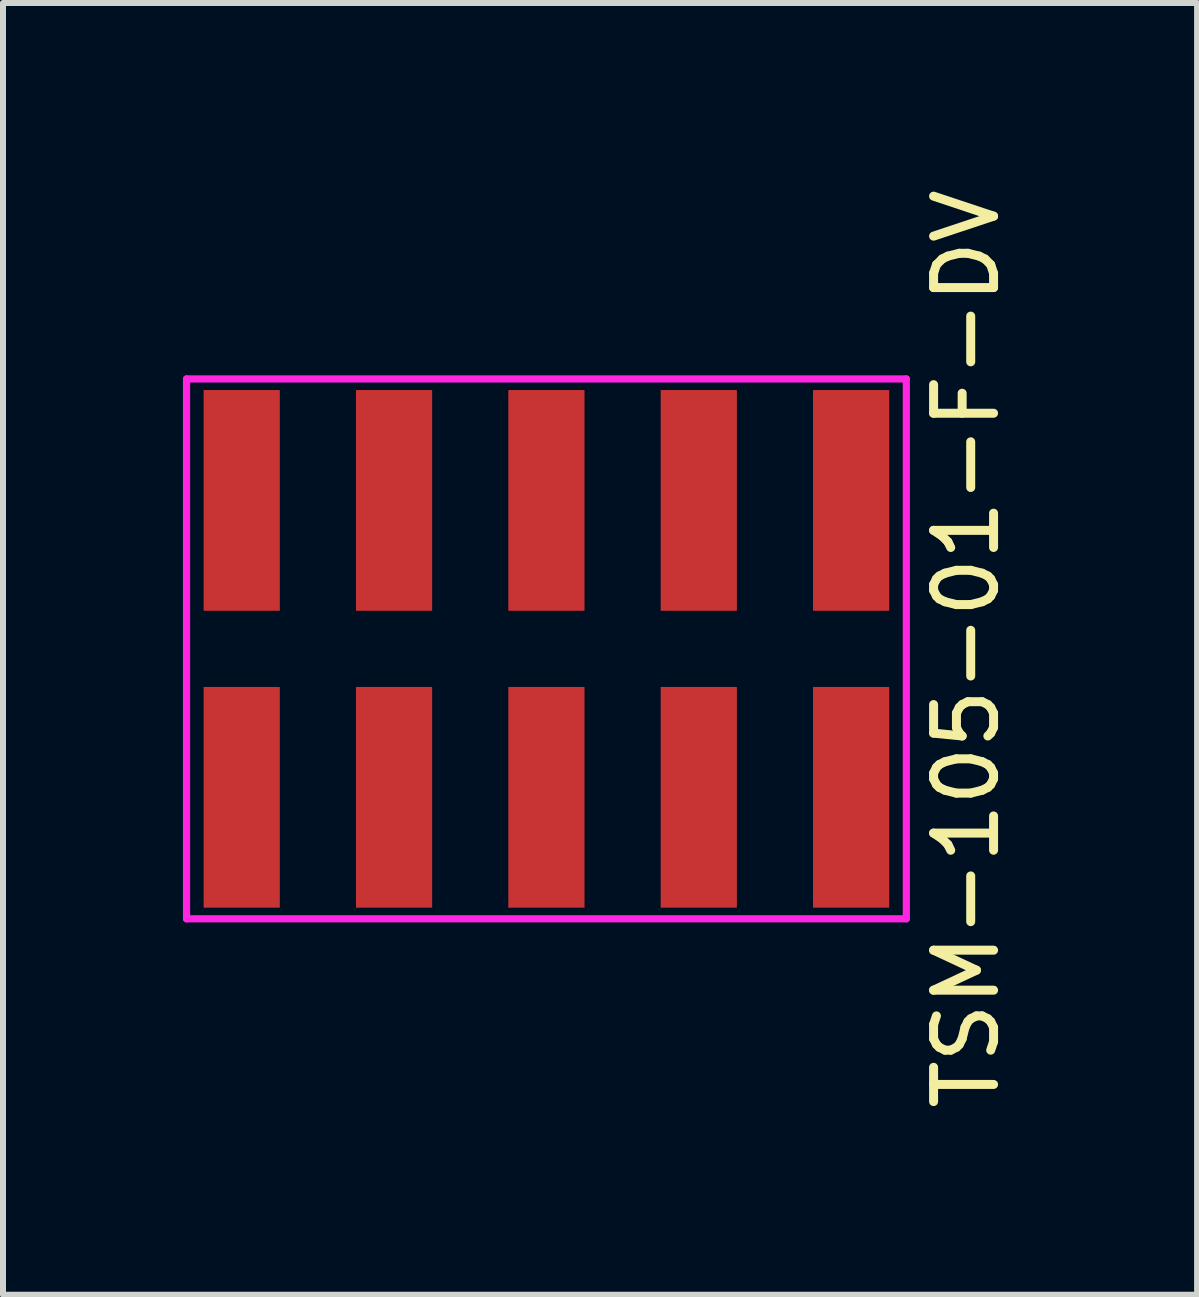
<source format=kicad_pcb>
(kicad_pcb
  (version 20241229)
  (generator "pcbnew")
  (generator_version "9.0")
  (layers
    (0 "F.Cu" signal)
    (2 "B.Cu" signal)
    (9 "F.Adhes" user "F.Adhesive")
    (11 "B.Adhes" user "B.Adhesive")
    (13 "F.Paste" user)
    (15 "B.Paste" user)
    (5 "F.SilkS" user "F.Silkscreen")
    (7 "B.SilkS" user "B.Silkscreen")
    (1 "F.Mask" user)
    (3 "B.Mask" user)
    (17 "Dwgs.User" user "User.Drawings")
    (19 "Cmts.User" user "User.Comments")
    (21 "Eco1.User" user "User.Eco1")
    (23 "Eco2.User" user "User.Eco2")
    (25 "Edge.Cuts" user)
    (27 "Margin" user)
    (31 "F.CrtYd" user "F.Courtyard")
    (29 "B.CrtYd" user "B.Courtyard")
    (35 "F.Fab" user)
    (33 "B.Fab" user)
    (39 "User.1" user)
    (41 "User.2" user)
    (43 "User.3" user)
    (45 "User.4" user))
  (footprint "TSM-105-01-F-DV"
    (layer "F.Cu")
    (at 6.06 7.768)
    (property "Reference" "TSM-105-01-F-DV" (at 7 0 90) (layer "F.SilkS") (effects (font (size 1 1) (thickness 0.15))))
    (attr through_hole)
    (fp_line (start -6 -4.5) (end -6 4.5) (stroke (width 0.12) (type solid)) (layer "F.CrtYd"))
    (fp_line (start -6 4.5) (end 6 4.5) (stroke (width 0.12) (type solid)) (layer "F.CrtYd"))
    (fp_line (start 6 -4.5) (end -6 -4.5) (stroke (width 0.12) (type solid)) (layer "F.CrtYd"))
    (fp_line (start 6 4.5) (end 6 -4.5) (stroke (width 0.12) (type solid)) (layer "F.CrtYd"))
    (pad "1" smd rect (at -5.08 2.475) (size 1.27 3.68) (layers "F.Cu" "F.Mask" "F.Paste"))
    (pad "2" smd rect (at -5.08 -2.475) (size 1.27 3.68) (layers "F.Cu" "F.Mask" "F.Paste"))
    (pad "3" smd rect (at -2.54 2.475) (size 1.27 3.68) (layers "F.Cu" "F.Mask" "F.Paste"))
    (pad "4" smd rect (at -2.54 -2.475) (size 1.27 3.68) (layers "F.Cu" "F.Mask" "F.Paste"))
    (pad "5" smd rect (at 0 2.475) (size 1.27 3.68) (layers "F.Cu" "F.Mask" "F.Paste"))
    (pad "6" smd rect (at 0 -2.475) (size 1.27 3.68) (layers "F.Cu" "F.Mask" "F.Paste"))
    (pad "7" smd rect (at 2.54 2.475) (size 1.27 3.68) (layers "F.Cu" "F.Mask" "F.Paste"))
    (pad "8" smd rect (at 2.54 -2.475) (size 1.27 3.68) (layers "F.Cu" "F.Mask" "F.Paste"))
    (pad "9" smd rect (at 5.08 2.475) (size 1.27 3.68) (layers "F.Cu" "F.Mask" "F.Paste"))
    (pad "10" smd rect (at 5.08 -2.475) (size 1.27 3.68) (layers "F.Cu" "F.Mask" "F.Paste")))
  (gr_rect
    (start -3 -3)
    (end 16.908 18.536)
    (stroke (width 0.1) (type default))
    (fill no)
    (layer "Edge.Cuts")))
</source>
